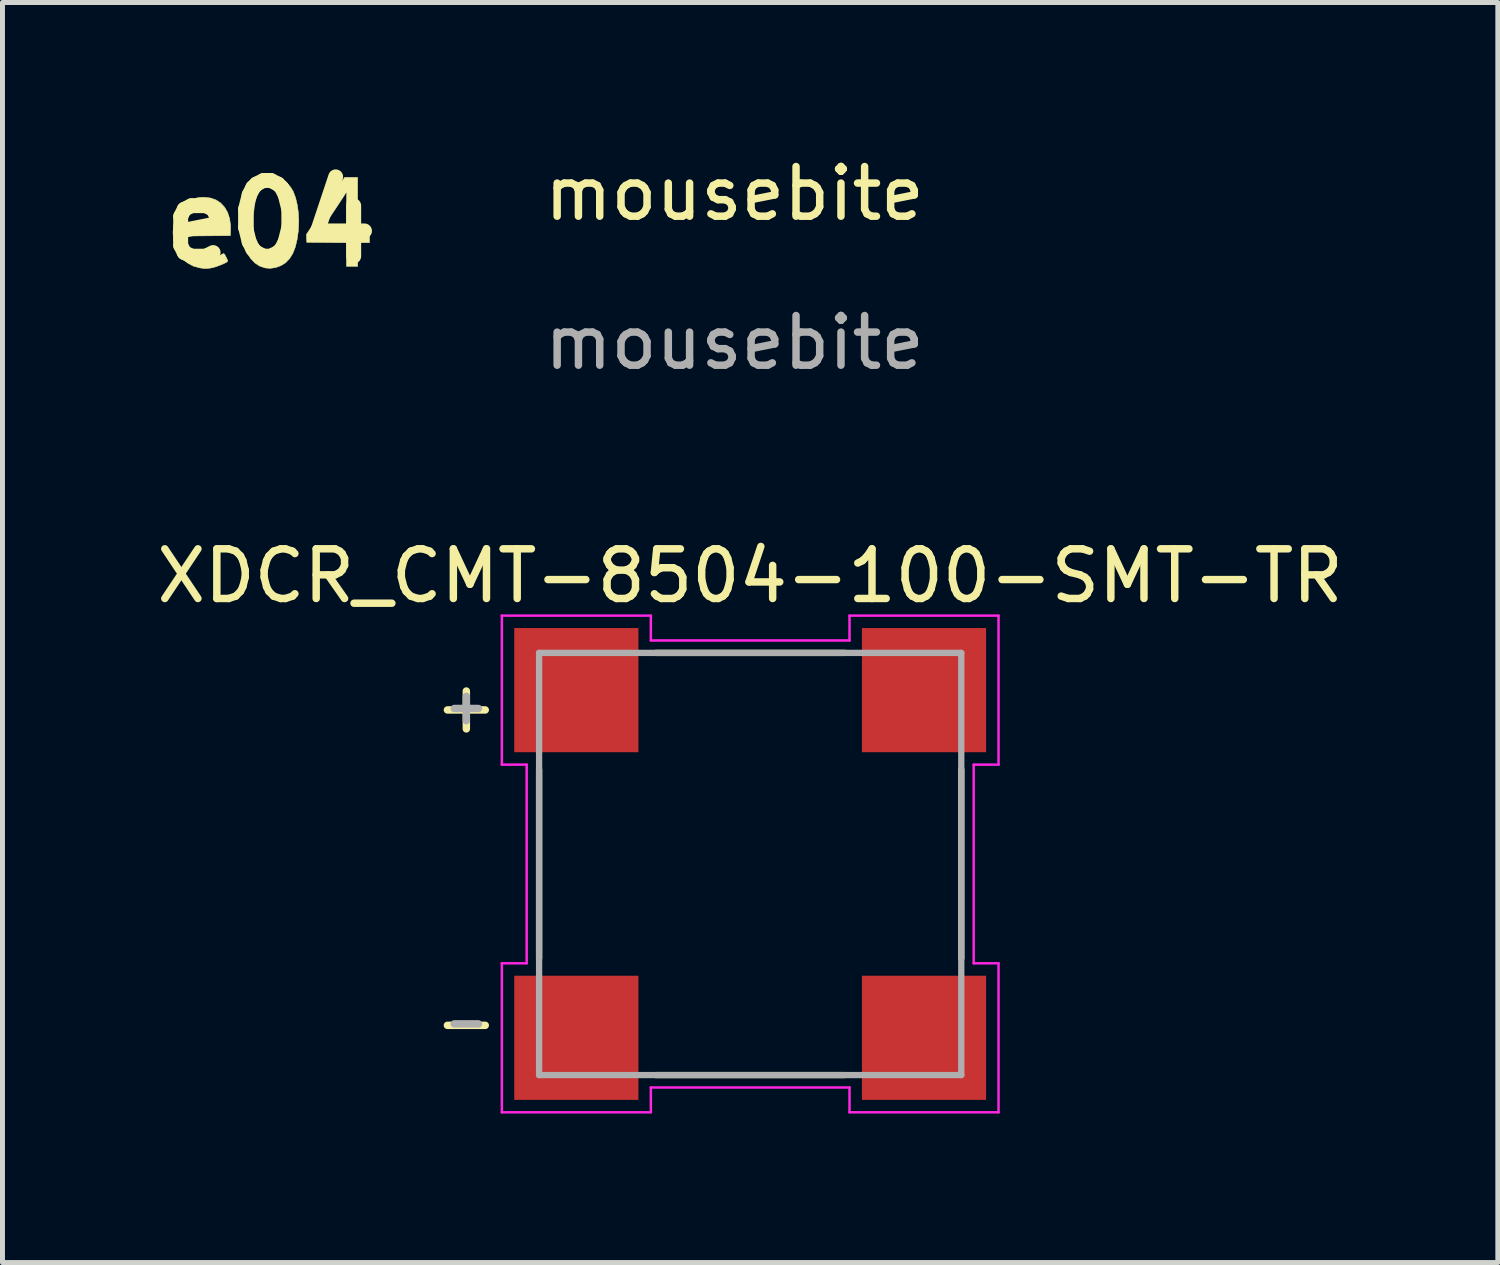
<source format=kicad_pcb>
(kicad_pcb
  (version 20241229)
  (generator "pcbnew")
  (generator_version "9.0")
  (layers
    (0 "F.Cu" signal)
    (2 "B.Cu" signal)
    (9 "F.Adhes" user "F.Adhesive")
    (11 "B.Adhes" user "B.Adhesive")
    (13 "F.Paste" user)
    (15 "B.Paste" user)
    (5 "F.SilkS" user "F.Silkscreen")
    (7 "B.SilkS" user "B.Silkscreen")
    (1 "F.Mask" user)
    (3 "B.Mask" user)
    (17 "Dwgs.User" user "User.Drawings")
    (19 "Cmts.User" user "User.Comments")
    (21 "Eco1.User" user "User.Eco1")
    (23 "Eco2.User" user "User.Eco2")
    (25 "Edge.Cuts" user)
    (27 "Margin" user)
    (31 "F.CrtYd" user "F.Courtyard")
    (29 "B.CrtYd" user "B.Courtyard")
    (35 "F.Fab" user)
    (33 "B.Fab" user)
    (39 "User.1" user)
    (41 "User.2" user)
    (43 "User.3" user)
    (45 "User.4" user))
  (footprint "mousebite"
    (layer "F.Cu")
    (at 11.739 1.348)
    (property "Reference" "mousebite" (at 0 -0.5 0) (unlocked yes) (layer "F.SilkS") (effects (font (size 1 1) (thickness 0.15))))
    (fp_text user "${REFERENCE}" (at 0 2.5 0) (unlocked yes) (layer "F.Fab") (effects (font (size 1 1) (thickness 0.15)))))
  (footprint "e04"
    (layer "F.Cu")
    (at 2.402 1.418)
    (property "Reference" "e04" (at 0 0 0) (layer "F.SilkS") (effects (font (size 1.524 1.524) (thickness 0.3))))
    (attr through_hole)
    (fp_poly (pts (xy 1.748 0.209) (xy 1.987 0.209) (xy 1.987 0.418) (xy 1.748 0.418) (xy 1.748 0.896) (xy 1.524 0.896) (xy 1.524 0.419) (xy 1.124 0.415) (xy 0.725 0.411) (xy 0.716 0.254) (xy 0.746 0.209) (xy 0.986 0.209) (xy 1.524 0.209) (xy 1.524 -0.186) (xy 1.524 -0.292) (xy 1.525 -0.39) (xy 1.527 -0.475) (xy 1.528 -0.543) (xy 1.53 -0.588) (xy 1.532 -0.608) (xy 1.531 -0.613) (xy 1.518 -0.595) (xy 1.506 -0.576) (xy 1.489 -0.549) (xy 1.458 -0.5) (xy 1.415 -0.435) (xy 1.363 -0.355) (xy 1.304 -0.266) (xy 1.24 -0.171) (xy 1.229 -0.154) (xy 0.986 0.209) (xy 0.746 0.209) (xy 1.487 -0.896) (xy 1.617 -0.896) (xy 1.748 -0.896) (xy 1.748 0.209)) (stroke (width 0.01) (type solid)) (fill yes) (layer "F.SilkS"))
    (fp_poly (pts (xy -1.336 -0.495) (xy -1.212 -0.481) (xy -1.102 -0.442) (xy -1.007 -0.379) (xy -0.929 -0.294) (xy -0.869 -0.19) (xy -0.829 -0.067) (xy -0.81 0.073) (xy -0.81 0.172) (xy -0.814 0.276) (xy -1.731 0.284) (xy -1.723 0.34) (xy -1.697 0.436) (xy -1.651 0.528) (xy -1.59 0.609) (xy -1.519 0.672) (xy -1.441 0.713) (xy -1.432 0.716) (xy -1.329 0.734) (xy -1.216 0.73) (xy -1.105 0.707) (xy -1.004 0.665) (xy -0.975 0.649) (xy -0.955 0.638) (xy -0.941 0.641) (xy -0.925 0.662) (xy -0.904 0.702) (xy -0.883 0.745) (xy -0.87 0.777) (xy -0.867 0.789) (xy -0.88 0.804) (xy -0.915 0.824) (xy -0.966 0.849) (xy -1.026 0.873) (xy -1.089 0.896) (xy -1.148 0.915) (xy -1.195 0.926) (xy -1.257 0.935) (xy -1.302 0.938) (xy -1.346 0.937) (xy -1.399 0.93) (xy -1.434 0.924) (xy -1.558 0.89) (xy -1.67 0.83) (xy -1.769 0.747) (xy -1.851 0.644) (xy -1.913 0.525) (xy -1.953 0.392) (xy -1.958 0.359) (xy -1.969 0.21) (xy -1.959 0.105) (xy -1.736 0.105) (xy -1.015 0.105) (xy -1.025 0.026) (xy -1.047 -0.074) (xy -1.087 -0.161) (xy -1.141 -0.231) (xy -1.205 -0.278) (xy -1.237 -0.291) (xy -1.323 -0.304) (xy -1.414 -0.295) (xy -1.501 -0.266) (xy -1.575 -0.221) (xy -1.608 -0.189) (xy -1.647 -0.133) (xy -1.684 -0.061) (xy -1.714 0.013) (xy -1.726 0.056) (xy -1.736 0.105) (xy -1.959 0.105) (xy -1.955 0.066) (xy -1.918 -0.069) (xy -1.861 -0.192) (xy -1.783 -0.299) (xy -1.688 -0.386) (xy -1.604 -0.438) (xy -1.54 -0.467) (xy -1.483 -0.484) (xy -1.422 -0.493) (xy -1.343 -0.495) (xy -1.336 -0.495)) (stroke (width 0.01) (type solid)) (fill yes) (layer "F.SilkS"))
    (fp_poly (pts (xy 0.079 -0.915) (xy 0.176 -0.889) (xy 0.191 -0.883) (xy 0.264 -0.838) (xy 0.337 -0.772) (xy 0.403 -0.694) (xy 0.453 -0.61) (xy 0.453 -0.609) (xy 0.499 -0.487) (xy 0.533 -0.343) (xy 0.555 -0.185) (xy 0.563 -0.019) (xy 0.557 0.15) (xy 0.555 0.176) (xy 0.53 0.354) (xy 0.493 0.507) (xy 0.443 0.635) (xy 0.379 0.738) (xy 0.3 0.82) (xy 0.207 0.879) (xy 0.205 0.88) (xy 0.095 0.92) (xy -0.018 0.935) (xy -0.116 0.926) (xy -0.224 0.889) (xy -0.321 0.825) (xy -0.404 0.738) (xy -0.474 0.628) (xy -0.526 0.497) (xy -0.546 0.424) (xy -0.569 0.297) (xy -0.582 0.154) (xy -0.587 0.007) (xy -0.35 0.007) (xy -0.345 0.171) (xy -0.333 0.309) (xy -0.312 0.424) (xy -0.282 0.518) (xy -0.242 0.596) (xy -0.191 0.659) (xy -0.19 0.659) (xy -0.145 0.698) (xy -0.102 0.72) (xy -0.047 0.73) (xy -0.006 0.731) (xy 0.06 0.725) (xy 0.112 0.704) (xy 0.121 0.698) (xy 0.184 0.638) (xy 0.236 0.55) (xy 0.277 0.437) (xy 0.305 0.297) (xy 0.322 0.132) (xy 0.324 0.097) (xy 0.325 -0.086) (xy 0.312 -0.254) (xy 0.286 -0.402) (xy 0.265 -0.475) (xy 0.223 -0.57) (xy 0.168 -0.645) (xy 0.103 -0.697) (xy 0.03 -0.724) (xy -0.046 -0.725) (xy -0.098 -0.71) (xy -0.17 -0.669) (xy -0.229 -0.609) (xy -0.275 -0.528) (xy -0.31 -0.426) (xy -0.334 -0.3) (xy -0.347 -0.149) (xy -0.35 0.007) (xy -0.587 0.007) (xy -0.587 0.004) (xy -0.584 -0.146) (xy -0.571 -0.285) (xy -0.55 -0.407) (xy -0.545 -0.426) (xy -0.497 -0.568) (xy -0.432 -0.689) (xy -0.353 -0.787) (xy -0.259 -0.86) (xy -0.226 -0.877) (xy -0.133 -0.909) (xy -0.028 -0.921) (xy 0.079 -0.915)) (stroke (width 0.01) (type solid)) (fill yes) (layer "F.SilkS")))
  (footprint "XDCR_CMT-8504-100-SMT-TR"
    (layer "F.Cu")
    (at 12.054 14.345)
    (property "Reference" "XDCR_CMT-8504-100-SMT-TR" (at 0 -5.8 0) (layer "F.SilkS") (effects (font (size 1 1) (thickness 0.15))))
    (attr smd)
    (fp_line (start -4.25 -1.9) (end -4.25 1.9) (stroke (width 0.127) (type solid)) (layer "F.SilkS"))
    (fp_line (start -1.9 4.25) (end 1.9 4.25) (stroke (width 0.127) (type solid)) (layer "F.SilkS"))
    (fp_line (start 1.9 -4.25) (end -1.9 -4.25) (stroke (width 0.127) (type solid)) (layer "F.SilkS"))
    (fp_line (start 4.25 1.9) (end 4.25 -1.9) (stroke (width 0.127) (type solid)) (layer "F.SilkS"))
    (fp_line (start -5 -5) (end -2 -5) (stroke (width 0.05) (type solid)) (layer "F.CrtYd"))
    (fp_line (start -5 -2) (end -5 -5) (stroke (width 0.05) (type solid)) (layer "F.CrtYd"))
    (fp_line (start -5 2) (end -4.5 2) (stroke (width 0.05) (type solid)) (layer "F.CrtYd"))
    (fp_line (start -5 5) (end -5 2) (stroke (width 0.05) (type solid)) (layer "F.CrtYd"))
    (fp_line (start -4.5 -2) (end -5 -2) (stroke (width 0.05) (type solid)) (layer "F.CrtYd"))
    (fp_line (start -4.5 2) (end -4.5 -2) (stroke (width 0.05) (type solid)) (layer "F.CrtYd"))
    (fp_line (start -2 -5) (end -2 -4.5) (stroke (width 0.05) (type solid)) (layer "F.CrtYd"))
    (fp_line (start -2 -4.5) (end 2 -4.5) (stroke (width 0.05) (type solid)) (layer "F.CrtYd"))
    (fp_line (start -2 4.5) (end -2 5) (stroke (width 0.05) (type solid)) (layer "F.CrtYd"))
    (fp_line (start -2 5) (end -5 5) (stroke (width 0.05) (type solid)) (layer "F.CrtYd"))
    (fp_line (start 2 -5) (end 5 -5) (stroke (width 0.05) (type solid)) (layer "F.CrtYd"))
    (fp_line (start 2 -4.5) (end 2 -5) (stroke (width 0.05) (type solid)) (layer "F.CrtYd"))
    (fp_line (start 2 4.5) (end -2 4.5) (stroke (width 0.05) (type solid)) (layer "F.CrtYd"))
    (fp_line (start 2 5) (end 2 4.5) (stroke (width 0.05) (type solid)) (layer "F.CrtYd"))
    (fp_line (start 4.5 -2) (end 4.5 2) (stroke (width 0.05) (type solid)) (layer "F.CrtYd"))
    (fp_line (start 4.5 2) (end 5 2) (stroke (width 0.05) (type solid)) (layer "F.CrtYd"))
    (fp_line (start 5 -5) (end 5 -2) (stroke (width 0.05) (type solid)) (layer "F.CrtYd"))
    (fp_line (start 5 -2) (end 4.5 -2) (stroke (width 0.05) (type solid)) (layer "F.CrtYd"))
    (fp_line (start 5 2) (end 5 5) (stroke (width 0.05) (type solid)) (layer "F.CrtYd"))
    (fp_line (start 5 5) (end 2 5) (stroke (width 0.05) (type solid)) (layer "F.CrtYd"))
    (fp_line (start -4.25 -4.25) (end -4.25 4.25) (stroke (width 0.127) (type solid)) (layer "F.Fab"))
    (fp_line (start -4.25 4.25) (end 4.25 4.25) (stroke (width 0.127) (type solid)) (layer "F.Fab"))
    (fp_line (start 4.25 -4.25) (end -4.25 -4.25) (stroke (width 0.127) (type solid)) (layer "F.Fab"))
    (fp_line (start 4.25 4.25) (end 4.25 -4.25) (stroke (width 0.127) (type solid)) (layer "F.Fab"))
    (fp_text user "-" (at -5.715 3.175 0) (layer "F.SilkS") (effects (font (size 1 1) (thickness 0.15))))
    (fp_text user "+" (at -5.715 -3.175 0) (layer "F.SilkS") (effects (font (size 1 1) (thickness 0.15))))
    (fp_text user "+" (at -5.715 -3.175 0) (layer "F.Fab") (effects (font (size 0.64 0.64) (thickness 0.15))))
    (fp_text user "-" (at -5.715 3.175 0) (layer "F.Fab") (effects (font (size 0.64 0.64) (thickness 0.15))))
    (pad "1" smd rect (at 3.5 -3.5) (size 2.5 2.5) (layers "F.Cu" "F.Mask" "F.Paste"))
    (pad "2" smd rect (at 3.5 3.5) (size 2.5 2.5) (layers "F.Cu" "F.Mask" "F.Paste"))
    (pad "N" smd rect (at -3.5 3.5) (size 2.5 2.5) (layers "F.Cu" "F.Mask" "F.Paste"))
    (pad "P" smd rect (at -3.5 -3.5) (size 2.5 2.5) (layers "F.Cu" "F.Mask" "F.Paste")))
  (gr_rect
    (start -3 -3)
    (end 27.107 22.37)
    (stroke (width 0.1) (type default))
    (fill no)
    (layer "Edge.Cuts")))
</source>
